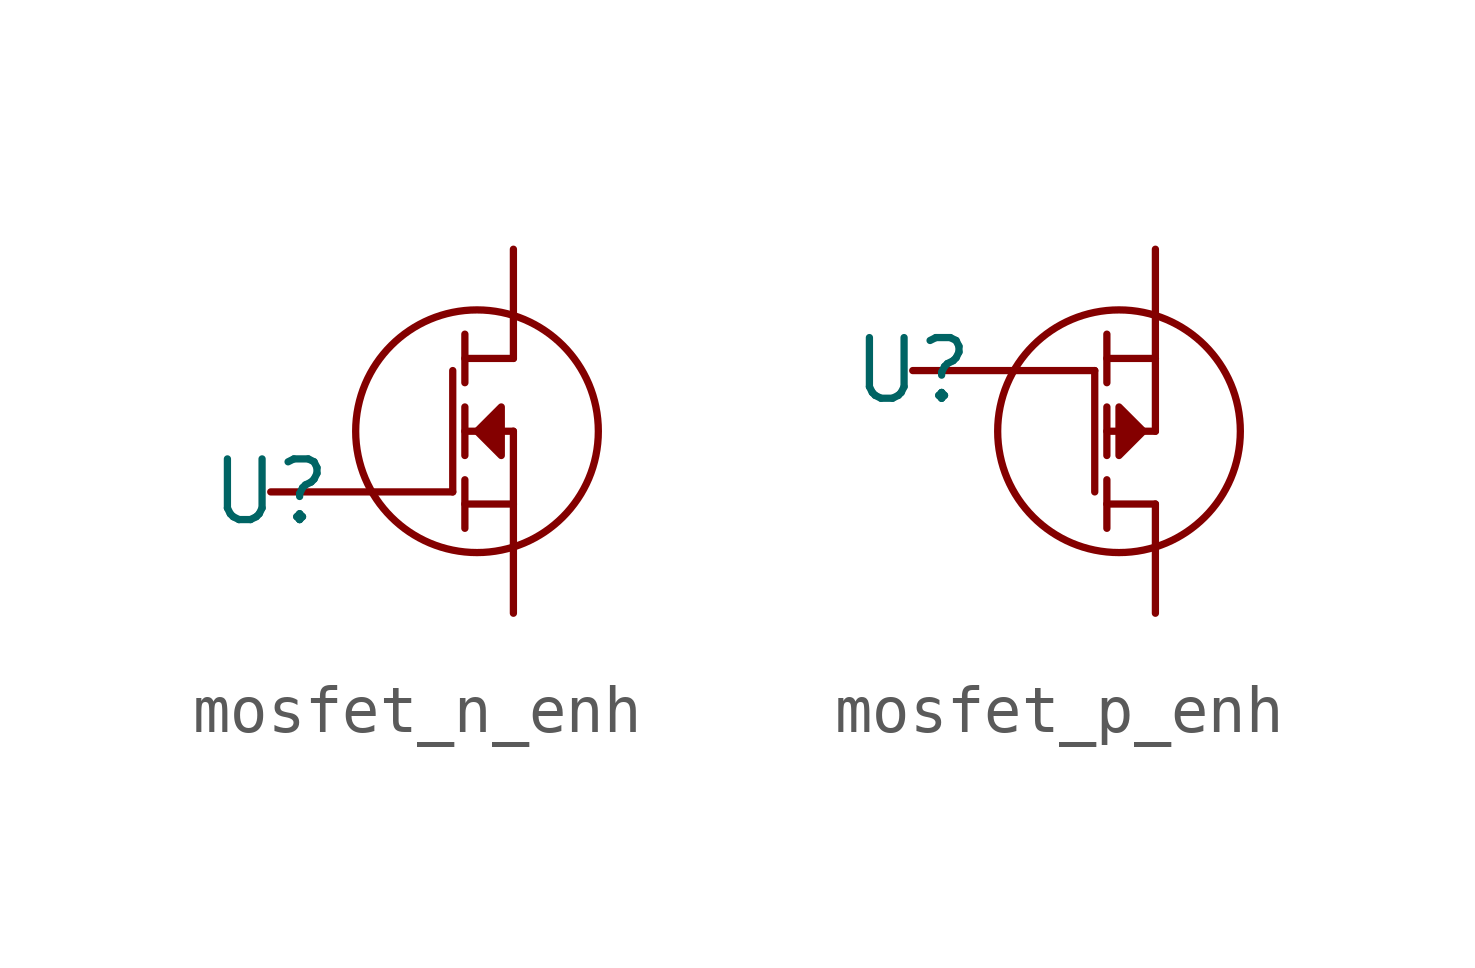
<source format=kicad_sym>
(kicad_symbol_lib
  (version 20231120)
  (generator "kicad_symbol_editor")
  (generator_version "8.0")
  (symbol "mosfet_n_enh"
    (pin_numbers hide)
    (pin_names hide)
    (property "Reference" "U"
      (at 0 0 0)
      (effects (font (size 1.27 1.27))))
    (property "Value" ""
      (at 0 0 0)
      (effects (font (size 1.27 1.27))))
    (symbol "mosfet_n_enh_0_1"
      (polyline (pts (xy 3.81 0) (xy 3.81 2.54)) (stroke (width 0) (type default)) (fill (type none)))
      (polyline (pts (xy 4.064 -0.762) (xy 4.064 0.254)) (stroke (width 0) (type default)) (fill (type none)))
      (polyline (pts (xy 4.064 0.762) (xy 4.064 1.778)) (stroke (width 0) (type default)) (fill (type none)))
      (polyline (pts (xy 4.064 2.286) (xy 4.064 3.302)) (stroke (width 0) (type default)) (fill (type none)))
      (polyline (pts (xy 5.08 -0.254) (xy 4.064 -0.254)) (stroke (width 0) (type default)) (fill (type none)))
      (polyline (pts (xy 5.08 -0.254) (xy 5.08 1.27)) (stroke (width 0) (type default)) (fill (type none)))
      (polyline (pts (xy 5.08 1.27) (xy 4.064 1.27)) (stroke (width 0) (type default)) (fill (type none)))
      (polyline (pts (xy 5.08 2.794) (xy 4.064 2.794)) (stroke (width 0) (type default)) (fill (type none))))
    (symbol "mosfet_n_enh_1_0"
      (pin bidirectional line (at 0 0 0) (length 3.81) (name "G" (effects (font (size 1.27 1.27)))) (number "1" (effects (font (size 1.27 1.27)))))
      (pin bidirectional line (at 5.08 -2.54 90) (length 2.286) (name "S" (effects (font (size 1.27 1.27)))) (number "2" (effects (font (size 1.27 1.27)))))
      (pin bidirectional line (at 5.08 5.08 270) (length 2.286) (name "D" (effects (font (size 1.27 1.27)))) (number "3" (effects (font (size 1.27 1.27))))))
    (symbol "mosfet_n_enh_1_1"
      (polyline (pts (xy 4.826 0.762) (xy 4.826 1.778) (xy 4.318 1.27) (xy 4.826 0.762)) (stroke (width 0) (type default)) (fill (type outline)))
      (circle (center 4.318 1.27) (radius 2.54) (stroke (width 0) (type default)) (fill (type none)))))
  (symbol "mosfet_p_enh"
    (pin_numbers hide)
    (pin_names hide)
    (property "Reference" "U"
      (at 0 0 0)
      (effects (font (size 1.27 1.27))))
    (property "Value" ""
      (at 0 0 0)
      (effects (font (size 1.27 1.27))))
    (symbol "mosfet_p_enh_0_1"
      (polyline (pts (xy 3.81 -2.54) (xy 3.81 0)) (stroke (width 0) (type default)) (fill (type none)))
      (polyline (pts (xy 4.064 -3.302) (xy 4.064 -2.286)) (stroke (width 0) (type default)) (fill (type none)))
      (polyline (pts (xy 4.064 -1.778) (xy 4.064 -0.762)) (stroke (width 0) (type default)) (fill (type none)))
      (polyline (pts (xy 4.064 -0.254) (xy 4.064 0.762)) (stroke (width 0) (type default)) (fill (type none)))
      (polyline (pts (xy 5.08 -2.794) (xy 4.064 -2.794)) (stroke (width 0) (type default)) (fill (type none)))
      (polyline (pts (xy 5.08 -1.27) (xy 4.064 -1.27)) (stroke (width 0) (type default)) (fill (type none)))
      (polyline (pts (xy 5.08 -1.27) (xy 5.08 0.254)) (stroke (width 0) (type default)) (fill (type none)))
      (polyline (pts (xy 5.08 0.254) (xy 4.064 0.254)) (stroke (width 0) (type default)) (fill (type none))))
    (symbol "mosfet_p_enh_1_0"
      (pin bidirectional line (at 0 0 0) (length 3.81) (name "G" (effects (font (size 1.27 1.27)))) (number "1" (effects (font (size 1.27 1.27)))))
      (pin bidirectional line (at 5.08 2.54 270) (length 2.286) (name "S" (effects (font (size 1.27 1.27)))) (number "2" (effects (font (size 1.27 1.27)))))
      (pin bidirectional line (at 5.08 -5.08 90) (length 2.286) (name "D" (effects (font (size 1.27 1.27)))) (number "3" (effects (font (size 1.27 1.27))))))
    (symbol "mosfet_p_enh_1_1"
      (polyline (pts (xy 4.318 -0.762) (xy 4.318 -1.778) (xy 4.826 -1.27) (xy 4.318 -0.762)) (stroke (width 0) (type default)) (fill (type outline)))
      (circle (center 4.318 -1.27) (radius 2.54) (stroke (width 0) (type default)) (fill (type none))))))
</source>
